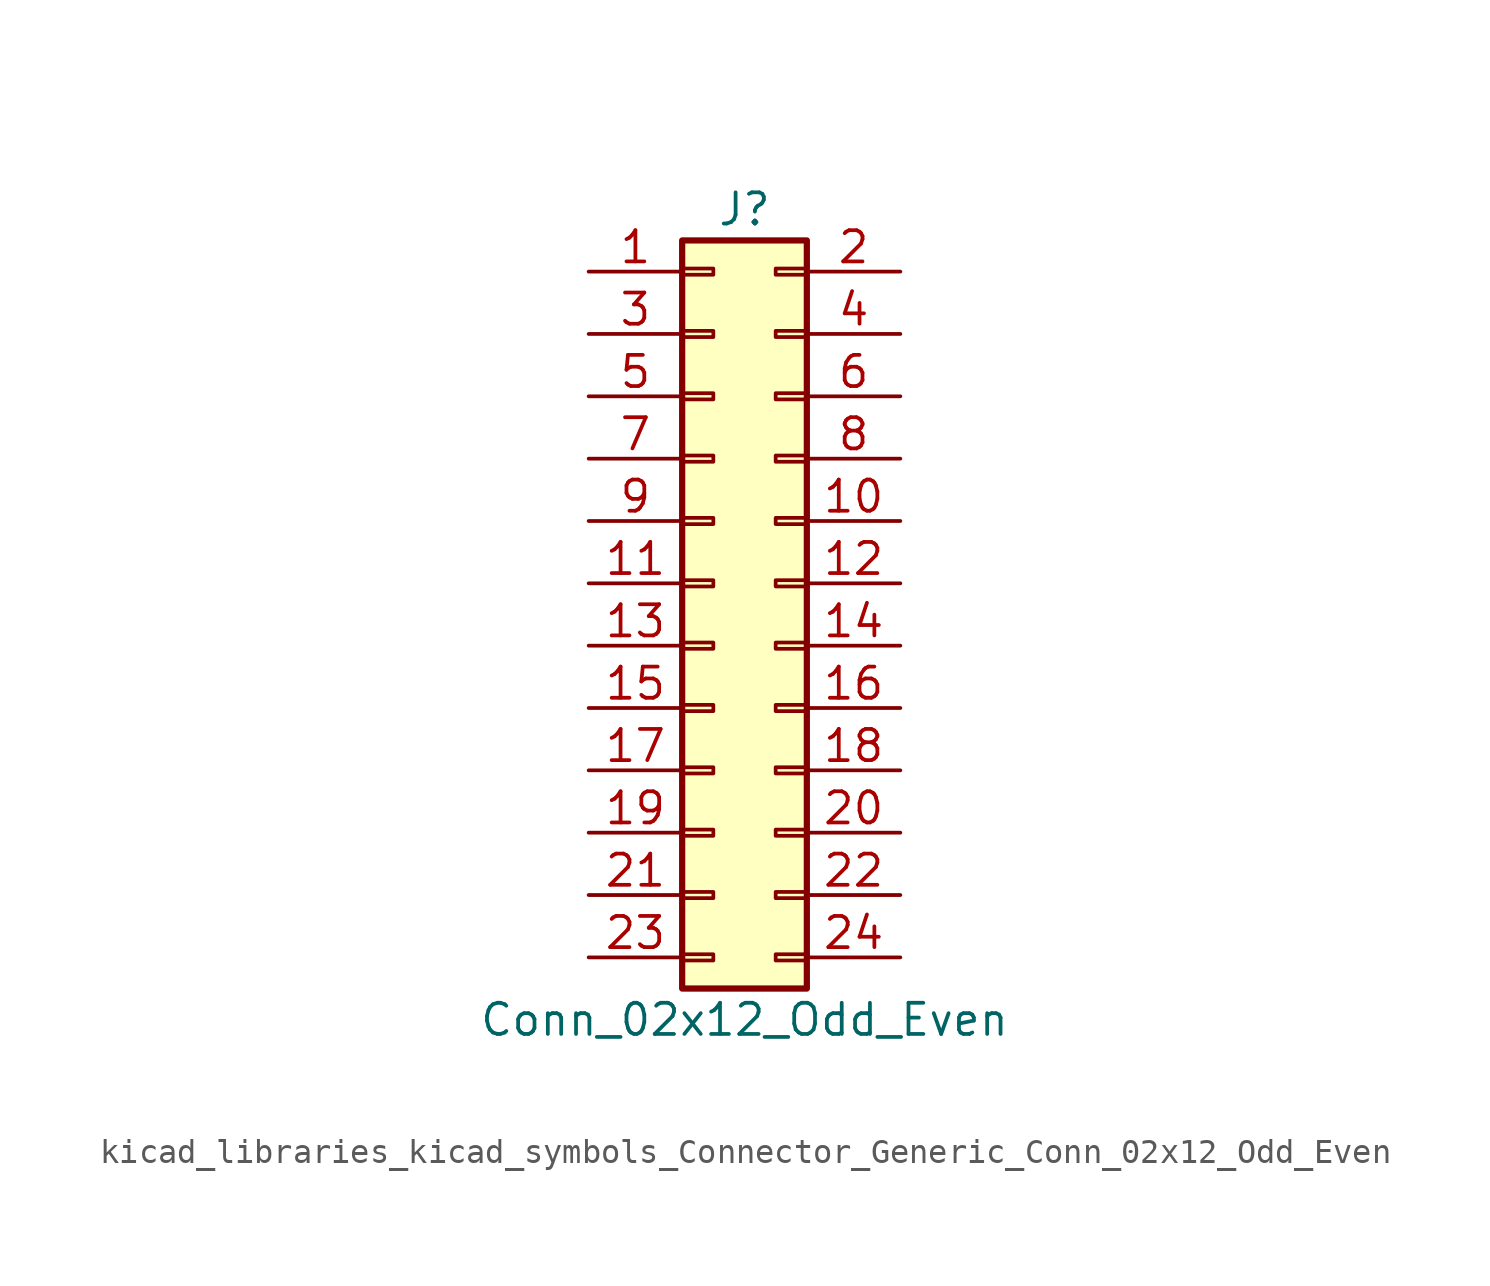
<source format=kicad_sym>
(kicad_symbol_lib
  (version 20220914)
  (generator kicad_symbol_editor)
  (symbol "kicad_libraries_kicad_symbols_Connector_Generic_Conn_02x12_Odd_Even"
    (pin_names
      (offset 1.016) hide)
    (property "Reference" "J"
      (at 1.27 15.24 0)
      (effects (font (size 1.27 1.27))))
    (property "Value" "Conn_02x12_Odd_Even"
      (at 1.27 -17.78 0)
      (effects (font (size 1.27 1.27))))
    (symbol "kicad_libraries_kicad_symbols_Connector_Generic_Conn_02x12_Odd_Even_1_1"
      (rectangle (start -1.27 -15.113) (end 0 -15.367) (stroke (width 0.152) (type default)) (fill (type none)))
      (rectangle (start -1.27 -12.573) (end 0 -12.827) (stroke (width 0.152) (type default)) (fill (type none)))
      (rectangle (start -1.27 -10.033) (end 0 -10.287) (stroke (width 0.152) (type default)) (fill (type none)))
      (rectangle (start -1.27 -7.493) (end 0 -7.747) (stroke (width 0.152) (type default)) (fill (type none)))
      (rectangle (start -1.27 -4.953) (end 0 -5.207) (stroke (width 0.152) (type default)) (fill (type none)))
      (rectangle (start -1.27 -2.413) (end 0 -2.667) (stroke (width 0.152) (type default)) (fill (type none)))
      (rectangle (start -1.27 0.127) (end 0 -0.127) (stroke (width 0.152) (type default)) (fill (type none)))
      (rectangle (start -1.27 2.667) (end 0 2.413) (stroke (width 0.152) (type default)) (fill (type none)))
      (rectangle (start -1.27 5.207) (end 0 4.953) (stroke (width 0.152) (type default)) (fill (type none)))
      (rectangle (start -1.27 7.747) (end 0 7.493) (stroke (width 0.152) (type default)) (fill (type none)))
      (rectangle (start -1.27 10.287) (end 0 10.033) (stroke (width 0.152) (type default)) (fill (type none)))
      (rectangle (start -1.27 12.827) (end 0 12.573) (stroke (width 0.152) (type default)) (fill (type none)))
      (rectangle (start -1.27 13.97) (end 3.81 -16.51) (stroke (width 0.254) (type default)) (fill (type background)))
      (rectangle (start 3.81 -15.113) (end 2.54 -15.367) (stroke (width 0.152) (type default)) (fill (type none)))
      (rectangle (start 3.81 -12.573) (end 2.54 -12.827) (stroke (width 0.152) (type default)) (fill (type none)))
      (rectangle (start 3.81 -10.033) (end 2.54 -10.287) (stroke (width 0.152) (type default)) (fill (type none)))
      (rectangle (start 3.81 -7.493) (end 2.54 -7.747) (stroke (width 0.152) (type default)) (fill (type none)))
      (rectangle (start 3.81 -4.953) (end 2.54 -5.207) (stroke (width 0.152) (type default)) (fill (type none)))
      (rectangle (start 3.81 -2.413) (end 2.54 -2.667) (stroke (width 0.152) (type default)) (fill (type none)))
      (rectangle (start 3.81 0.127) (end 2.54 -0.127) (stroke (width 0.152) (type default)) (fill (type none)))
      (rectangle (start 3.81 2.667) (end 2.54 2.413) (stroke (width 0.152) (type default)) (fill (type none)))
      (rectangle (start 3.81 5.207) (end 2.54 4.953) (stroke (width 0.152) (type default)) (fill (type none)))
      (rectangle (start 3.81 7.747) (end 2.54 7.493) (stroke (width 0.152) (type default)) (fill (type none)))
      (rectangle (start 3.81 10.287) (end 2.54 10.033) (stroke (width 0.152) (type default)) (fill (type none)))
      (rectangle (start 3.81 12.827) (end 2.54 12.573) (stroke (width 0.152) (type default)) (fill (type none)))
      (pin passive line (at -5.08 12.7 0) (length 3.81) (name "Pin_1" (effects (font (size 1.27 1.27)))) (number "1" (effects (font (size 1.27 1.27)))))
      (pin passive line (at 7.62 2.54 180) (length 3.81) (name "Pin_10" (effects (font (size 1.27 1.27)))) (number "10" (effects (font (size 1.27 1.27)))))
      (pin passive line (at -5.08 0 0) (length 3.81) (name "Pin_11" (effects (font (size 1.27 1.27)))) (number "11" (effects (font (size 1.27 1.27)))))
      (pin passive line (at 7.62 0 180) (length 3.81) (name "Pin_12" (effects (font (size 1.27 1.27)))) (number "12" (effects (font (size 1.27 1.27)))))
      (pin passive line (at -5.08 -2.54 0) (length 3.81) (name "Pin_13" (effects (font (size 1.27 1.27)))) (number "13" (effects (font (size 1.27 1.27)))))
      (pin passive line (at 7.62 -2.54 180) (length 3.81) (name "Pin_14" (effects (font (size 1.27 1.27)))) (number "14" (effects (font (size 1.27 1.27)))))
      (pin passive line (at -5.08 -5.08 0) (length 3.81) (name "Pin_15" (effects (font (size 1.27 1.27)))) (number "15" (effects (font (size 1.27 1.27)))))
      (pin passive line (at 7.62 -5.08 180) (length 3.81) (name "Pin_16" (effects (font (size 1.27 1.27)))) (number "16" (effects (font (size 1.27 1.27)))))
      (pin passive line (at -5.08 -7.62 0) (length 3.81) (name "Pin_17" (effects (font (size 1.27 1.27)))) (number "17" (effects (font (size 1.27 1.27)))))
      (pin passive line (at 7.62 -7.62 180) (length 3.81) (name "Pin_18" (effects (font (size 1.27 1.27)))) (number "18" (effects (font (size 1.27 1.27)))))
      (pin passive line (at -5.08 -10.16 0) (length 3.81) (name "Pin_19" (effects (font (size 1.27 1.27)))) (number "19" (effects (font (size 1.27 1.27)))))
      (pin passive line (at 7.62 12.7 180) (length 3.81) (name "Pin_2" (effects (font (size 1.27 1.27)))) (number "2" (effects (font (size 1.27 1.27)))))
      (pin passive line (at 7.62 -10.16 180) (length 3.81) (name "Pin_20" (effects (font (size 1.27 1.27)))) (number "20" (effects (font (size 1.27 1.27)))))
      (pin passive line (at -5.08 -12.7 0) (length 3.81) (name "Pin_21" (effects (font (size 1.27 1.27)))) (number "21" (effects (font (size 1.27 1.27)))))
      (pin passive line (at 7.62 -12.7 180) (length 3.81) (name "Pin_22" (effects (font (size 1.27 1.27)))) (number "22" (effects (font (size 1.27 1.27)))))
      (pin passive line (at -5.08 -15.24 0) (length 3.81) (name "Pin_23" (effects (font (size 1.27 1.27)))) (number "23" (effects (font (size 1.27 1.27)))))
      (pin passive line (at 7.62 -15.24 180) (length 3.81) (name "Pin_24" (effects (font (size 1.27 1.27)))) (number "24" (effects (font (size 1.27 1.27)))))
      (pin passive line (at -5.08 10.16 0) (length 3.81) (name "Pin_3" (effects (font (size 1.27 1.27)))) (number "3" (effects (font (size 1.27 1.27)))))
      (pin passive line (at 7.62 10.16 180) (length 3.81) (name "Pin_4" (effects (font (size 1.27 1.27)))) (number "4" (effects (font (size 1.27 1.27)))))
      (pin passive line (at -5.08 7.62 0) (length 3.81) (name "Pin_5" (effects (font (size 1.27 1.27)))) (number "5" (effects (font (size 1.27 1.27)))))
      (pin passive line (at 7.62 7.62 180) (length 3.81) (name "Pin_6" (effects (font (size 1.27 1.27)))) (number "6" (effects (font (size 1.27 1.27)))))
      (pin passive line (at -5.08 5.08 0) (length 3.81) (name "Pin_7" (effects (font (size 1.27 1.27)))) (number "7" (effects (font (size 1.27 1.27)))))
      (pin passive line (at 7.62 5.08 180) (length 3.81) (name "Pin_8" (effects (font (size 1.27 1.27)))) (number "8" (effects (font (size 1.27 1.27)))))
      (pin passive line (at -5.08 2.54 0) (length 3.81) (name "Pin_9" (effects (font (size 1.27 1.27)))) (number "9" (effects (font (size 1.27 1.27))))))))
</source>
